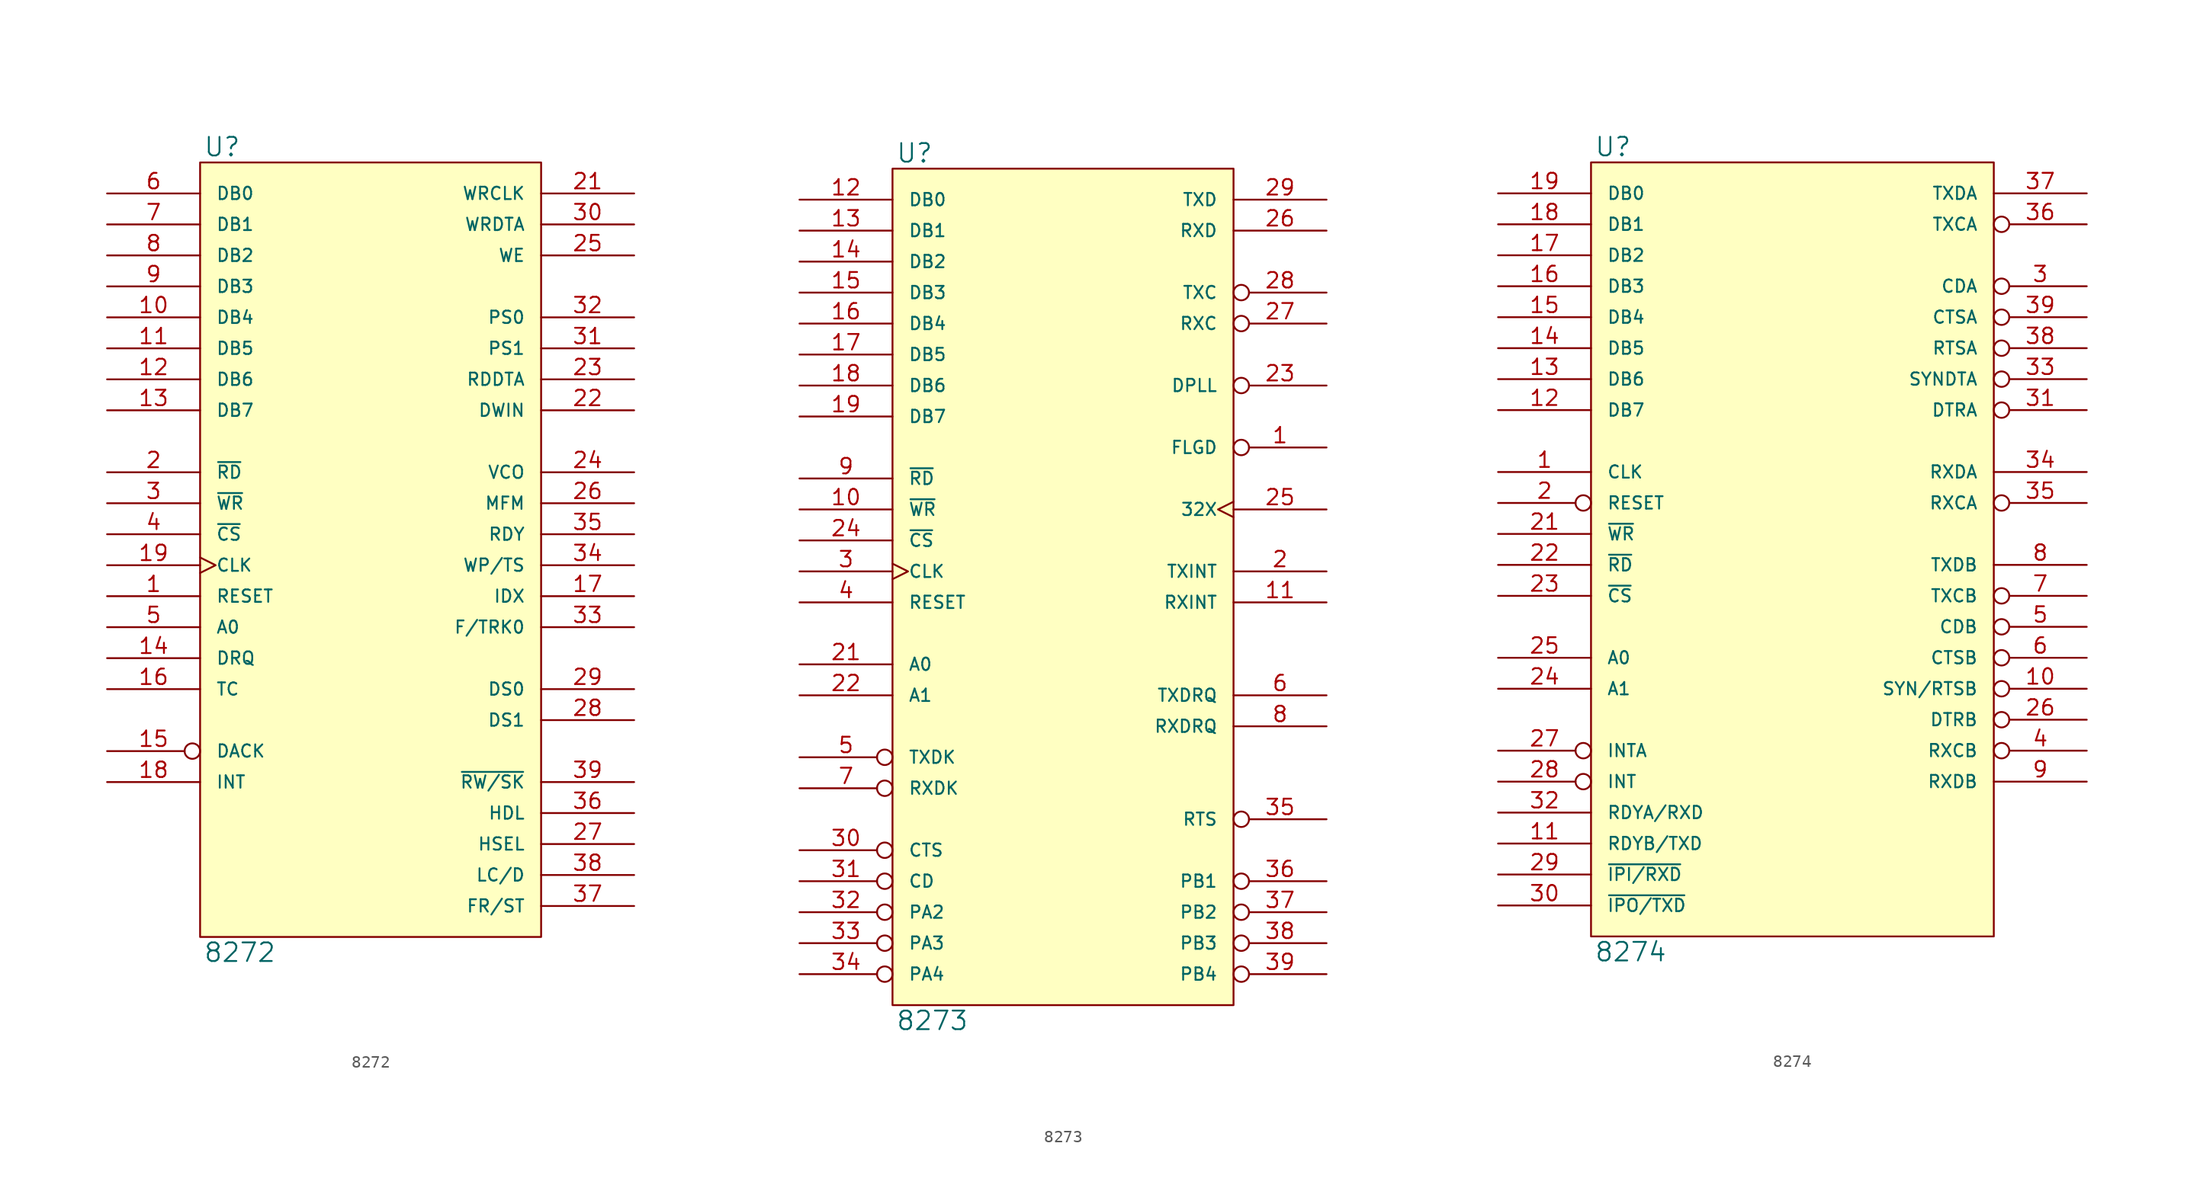
<source format=kicad_sym>
(kicad_symbol_lib
  (version 20231120)
  (generator "kicad_symbol_editor")
  (generator_version "8.0")
  (symbol "8272"
    (pin_names
      (offset 1.27))
    (property "Reference" "U"
      (at 0.254 0.381 0)
      (effects (font (size 1.524 1.524)) (justify left bottom)))
    (property "Value" "8272"
      (at 0.254 -63.881 0)
      (effects (font (size 1.524 1.524)) (justify left top)))
    (symbol "8272_0_1"
      (rectangle (start 0 0) (end 27.94 -63.5) (stroke (width 0) (type solid)) (fill (type background))))
    (symbol "8272_1_1"
      (pin input line (at -7.62 -35.56 0) (length 7.62) (name "RESET" (effects (font (size 1.016 1.016)))) (number "1" (effects (font (size 1.27 1.27)))))
      (pin bidirectional line (at -7.62 -12.7 0) (length 7.62) (name "DB4" (effects (font (size 1.016 1.016)))) (number "10" (effects (font (size 1.27 1.27)))))
      (pin bidirectional line (at -7.62 -15.24 0) (length 7.62) (name "DB5" (effects (font (size 1.016 1.016)))) (number "11" (effects (font (size 1.27 1.27)))))
      (pin bidirectional line (at -7.62 -17.78 0) (length 7.62) (name "DB6" (effects (font (size 1.016 1.016)))) (number "12" (effects (font (size 1.27 1.27)))))
      (pin bidirectional line (at -7.62 -20.32 0) (length 7.62) (name "DB7" (effects (font (size 1.016 1.016)))) (number "13" (effects (font (size 1.27 1.27)))))
      (pin output line (at -7.62 -40.64 0) (length 7.62) (name "DRQ" (effects (font (size 1.016 1.016)))) (number "14" (effects (font (size 1.27 1.27)))))
      (pin input inverted (at -7.62 -48.26 0) (length 7.62) (name "DACK" (effects (font (size 1.016 1.016)))) (number "15" (effects (font (size 1.27 1.27)))))
      (pin input line (at -7.62 -43.18 0) (length 7.62) (name "TC" (effects (font (size 1.016 1.016)))) (number "16" (effects (font (size 1.27 1.27)))))
      (pin input line (at 35.56 -35.56 180) (length 7.62) (name "IDX" (effects (font (size 1.016 1.016)))) (number "17" (effects (font (size 1.27 1.27)))))
      (pin output line (at -7.62 -50.8 0) (length 7.62) (name "INT" (effects (font (size 1.016 1.016)))) (number "18" (effects (font (size 1.27 1.27)))))
      (pin input clock (at -7.62 -33.02 0) (length 7.62) (name "CLK" (effects (font (size 1.016 1.016)))) (number "19" (effects (font (size 1.27 1.27)))))
      (pin input line (at -7.62 -25.4 0) (length 7.62) (name "~{RD}" (effects (font (size 1.016 1.016)))) (number "2" (effects (font (size 1.27 1.27)))))
      (pin power_in line (at 0 -63.5 90) (length 0) hide (name "GND" (effects (font (size 1.016 1.016)))) (number "20" (effects (font (size 1.27 1.27)))))
      (pin input line (at 35.56 -2.54 180) (length 7.62) (name "WRCLK" (effects (font (size 1.016 1.016)))) (number "21" (effects (font (size 1.27 1.27)))))
      (pin input line (at 35.56 -20.32 180) (length 7.62) (name "DWIN" (effects (font (size 1.016 1.016)))) (number "22" (effects (font (size 1.27 1.27)))))
      (pin input line (at 35.56 -17.78 180) (length 7.62) (name "RDDTA" (effects (font (size 1.016 1.016)))) (number "23" (effects (font (size 1.27 1.27)))))
      (pin output line (at 35.56 -25.4 180) (length 7.62) (name "VCO" (effects (font (size 1.016 1.016)))) (number "24" (effects (font (size 1.27 1.27)))))
      (pin output line (at 35.56 -7.62 180) (length 7.62) (name "WE" (effects (font (size 1.016 1.016)))) (number "25" (effects (font (size 1.27 1.27)))))
      (pin output line (at 35.56 -27.94 180) (length 7.62) (name "MFM" (effects (font (size 1.016 1.016)))) (number "26" (effects (font (size 1.27 1.27)))))
      (pin output line (at 35.56 -55.88 180) (length 7.62) (name "HSEL" (effects (font (size 1.016 1.016)))) (number "27" (effects (font (size 1.27 1.27)))))
      (pin output line (at 35.56 -45.72 180) (length 7.62) (name "DS1" (effects (font (size 1.016 1.016)))) (number "28" (effects (font (size 1.27 1.27)))))
      (pin output line (at 35.56 -43.18 180) (length 7.62) (name "DS0" (effects (font (size 1.016 1.016)))) (number "29" (effects (font (size 1.27 1.27)))))
      (pin input line (at -7.62 -27.94 0) (length 7.62) (name "~{WR}" (effects (font (size 1.016 1.016)))) (number "3" (effects (font (size 1.27 1.27)))))
      (pin output line (at 35.56 -5.08 180) (length 7.62) (name "WRDTA" (effects (font (size 1.016 1.016)))) (number "30" (effects (font (size 1.27 1.27)))))
      (pin output line (at 35.56 -15.24 180) (length 7.62) (name "PS1" (effects (font (size 1.016 1.016)))) (number "31" (effects (font (size 1.27 1.27)))))
      (pin output line (at 35.56 -12.7 180) (length 7.62) (name "PS0" (effects (font (size 1.016 1.016)))) (number "32" (effects (font (size 1.27 1.27)))))
      (pin input line (at 35.56 -38.1 180) (length 7.62) (name "F/TRK0" (effects (font (size 1.016 1.016)))) (number "33" (effects (font (size 1.27 1.27)))))
      (pin input line (at 35.56 -33.02 180) (length 7.62) (name "WP/TS" (effects (font (size 1.016 1.016)))) (number "34" (effects (font (size 1.27 1.27)))))
      (pin input line (at 35.56 -30.48 180) (length 7.62) (name "RDY" (effects (font (size 1.016 1.016)))) (number "35" (effects (font (size 1.27 1.27)))))
      (pin output line (at 35.56 -53.34 180) (length 7.62) (name "HDL" (effects (font (size 1.016 1.016)))) (number "36" (effects (font (size 1.27 1.27)))))
      (pin output line (at 35.56 -60.96 180) (length 7.62) (name "FR/ST" (effects (font (size 1.016 1.016)))) (number "37" (effects (font (size 1.27 1.27)))))
      (pin output line (at 35.56 -58.42 180) (length 7.62) (name "LC/D" (effects (font (size 1.016 1.016)))) (number "38" (effects (font (size 1.27 1.27)))))
      (pin output line (at 35.56 -50.8 180) (length 7.62) (name "~{RW/SK}" (effects (font (size 1.016 1.016)))) (number "39" (effects (font (size 1.27 1.27)))))
      (pin input line (at -7.62 -30.48 0) (length 7.62) (name "~{CS}" (effects (font (size 1.016 1.016)))) (number "4" (effects (font (size 1.27 1.27)))))
      (pin power_in line (at 0 0 270) (length 0) hide (name "VCC" (effects (font (size 1.016 1.016)))) (number "40" (effects (font (size 1.27 1.27)))))
      (pin input line (at -7.62 -38.1 0) (length 7.62) (name "A0" (effects (font (size 1.016 1.016)))) (number "5" (effects (font (size 1.27 1.27)))))
      (pin bidirectional line (at -7.62 -2.54 0) (length 7.62) (name "DB0" (effects (font (size 1.016 1.016)))) (number "6" (effects (font (size 1.27 1.27)))))
      (pin bidirectional line (at -7.62 -5.08 0) (length 7.62) (name "DB1" (effects (font (size 1.016 1.016)))) (number "7" (effects (font (size 1.27 1.27)))))
      (pin bidirectional line (at -7.62 -7.62 0) (length 7.62) (name "DB2" (effects (font (size 1.016 1.016)))) (number "8" (effects (font (size 1.27 1.27)))))
      (pin bidirectional line (at -7.62 -10.16 0) (length 7.62) (name "DB3" (effects (font (size 1.016 1.016)))) (number "9" (effects (font (size 1.27 1.27)))))))
  (symbol "8273"
    (pin_names
      (offset 1.27))
    (property "Reference" "U"
      (at 0.254 0.381 0)
      (effects (font (size 1.524 1.524)) (justify left bottom)))
    (property "Value" "8273"
      (at 0.254 -68.961 0)
      (effects (font (size 1.524 1.524)) (justify left top)))
    (symbol "8273_0_1"
      (rectangle (start 0 0) (end 27.94 -68.58) (stroke (width 0) (type solid)) (fill (type background))))
    (symbol "8273_1_1"
      (pin output inverted (at 35.56 -22.86 180) (length 7.62) (name "FLGD" (effects (font (size 1.016 1.016)))) (number "1" (effects (font (size 1.27 1.27)))))
      (pin input line (at -7.62 -27.94 0) (length 7.62) (name "~{WR}" (effects (font (size 1.016 1.016)))) (number "10" (effects (font (size 1.27 1.27)))))
      (pin output line (at 35.56 -35.56 180) (length 7.62) (name "RXINT" (effects (font (size 1.016 1.016)))) (number "11" (effects (font (size 1.27 1.27)))))
      (pin bidirectional line (at -7.62 -2.54 0) (length 7.62) (name "DB0" (effects (font (size 1.016 1.016)))) (number "12" (effects (font (size 1.27 1.27)))))
      (pin bidirectional line (at -7.62 -5.08 0) (length 7.62) (name "DB1" (effects (font (size 1.016 1.016)))) (number "13" (effects (font (size 1.27 1.27)))))
      (pin bidirectional line (at -7.62 -7.62 0) (length 7.62) (name "DB2" (effects (font (size 1.016 1.016)))) (number "14" (effects (font (size 1.27 1.27)))))
      (pin bidirectional line (at -7.62 -10.16 0) (length 7.62) (name "DB3" (effects (font (size 1.016 1.016)))) (number "15" (effects (font (size 1.27 1.27)))))
      (pin bidirectional line (at -7.62 -12.7 0) (length 7.62) (name "DB4" (effects (font (size 1.016 1.016)))) (number "16" (effects (font (size 1.27 1.27)))))
      (pin bidirectional line (at -7.62 -15.24 0) (length 7.62) (name "DB5" (effects (font (size 1.016 1.016)))) (number "17" (effects (font (size 1.27 1.27)))))
      (pin bidirectional line (at -7.62 -17.78 0) (length 7.62) (name "DB6" (effects (font (size 1.016 1.016)))) (number "18" (effects (font (size 1.27 1.27)))))
      (pin bidirectional line (at -7.62 -20.32 0) (length 7.62) (name "DB7" (effects (font (size 1.016 1.016)))) (number "19" (effects (font (size 1.27 1.27)))))
      (pin output line (at 35.56 -33.02 180) (length 7.62) (name "TXINT" (effects (font (size 1.016 1.016)))) (number "2" (effects (font (size 1.27 1.27)))))
      (pin power_in line (at 0 -68.58 90) (length 0) hide (name "GND" (effects (font (size 1.016 1.016)))) (number "20" (effects (font (size 1.27 1.27)))))
      (pin input line (at -7.62 -40.64 0) (length 7.62) (name "A0" (effects (font (size 1.016 1.016)))) (number "21" (effects (font (size 1.27 1.27)))))
      (pin input line (at -7.62 -43.18 0) (length 7.62) (name "A1" (effects (font (size 1.016 1.016)))) (number "22" (effects (font (size 1.27 1.27)))))
      (pin output inverted (at 35.56 -17.78 180) (length 7.62) (name "DPLL" (effects (font (size 1.016 1.016)))) (number "23" (effects (font (size 1.27 1.27)))))
      (pin input line (at -7.62 -30.48 0) (length 7.62) (name "~{CS}" (effects (font (size 1.016 1.016)))) (number "24" (effects (font (size 1.27 1.27)))))
      (pin input clock (at 35.56 -27.94 180) (length 7.62) (name "32X" (effects (font (size 1.016 1.016)))) (number "25" (effects (font (size 1.27 1.27)))))
      (pin input line (at 35.56 -5.08 180) (length 7.62) (name "RXD" (effects (font (size 1.016 1.016)))) (number "26" (effects (font (size 1.27 1.27)))))
      (pin input inverted (at 35.56 -12.7 180) (length 7.62) (name "RXC" (effects (font (size 1.016 1.016)))) (number "27" (effects (font (size 1.27 1.27)))))
      (pin input inverted (at 35.56 -10.16 180) (length 7.62) (name "TXC" (effects (font (size 1.016 1.016)))) (number "28" (effects (font (size 1.27 1.27)))))
      (pin output line (at 35.56 -2.54 180) (length 7.62) (name "TXD" (effects (font (size 1.016 1.016)))) (number "29" (effects (font (size 1.27 1.27)))))
      (pin input clock (at -7.62 -33.02 0) (length 7.62) (name "CLK" (effects (font (size 1.016 1.016)))) (number "3" (effects (font (size 1.27 1.27)))))
      (pin input inverted (at -7.62 -55.88 0) (length 7.62) (name "CTS" (effects (font (size 1.016 1.016)))) (number "30" (effects (font (size 1.27 1.27)))))
      (pin input inverted (at -7.62 -58.42 0) (length 7.62) (name "CD" (effects (font (size 1.016 1.016)))) (number "31" (effects (font (size 1.27 1.27)))))
      (pin input inverted (at -7.62 -60.96 0) (length 7.62) (name "PA2" (effects (font (size 1.016 1.016)))) (number "32" (effects (font (size 1.27 1.27)))))
      (pin input inverted (at -7.62 -63.5 0) (length 7.62) (name "PA3" (effects (font (size 1.016 1.016)))) (number "33" (effects (font (size 1.27 1.27)))))
      (pin input inverted (at -7.62 -66.04 0) (length 7.62) (name "PA4" (effects (font (size 1.016 1.016)))) (number "34" (effects (font (size 1.27 1.27)))))
      (pin output inverted (at 35.56 -53.34 180) (length 7.62) (name "RTS" (effects (font (size 1.016 1.016)))) (number "35" (effects (font (size 1.27 1.27)))))
      (pin output inverted (at 35.56 -58.42 180) (length 7.62) (name "PB1" (effects (font (size 1.016 1.016)))) (number "36" (effects (font (size 1.27 1.27)))))
      (pin output inverted (at 35.56 -60.96 180) (length 7.62) (name "PB2" (effects (font (size 1.016 1.016)))) (number "37" (effects (font (size 1.27 1.27)))))
      (pin output inverted (at 35.56 -63.5 180) (length 7.62) (name "PB3" (effects (font (size 1.016 1.016)))) (number "38" (effects (font (size 1.27 1.27)))))
      (pin output inverted (at 35.56 -66.04 180) (length 7.62) (name "PB4" (effects (font (size 1.016 1.016)))) (number "39" (effects (font (size 1.27 1.27)))))
      (pin input line (at -7.62 -35.56 0) (length 7.62) (name "RESET" (effects (font (size 1.016 1.016)))) (number "4" (effects (font (size 1.27 1.27)))))
      (pin power_in line (at 0 0 270) (length 0) hide (name "VCC" (effects (font (size 1.016 1.016)))) (number "40" (effects (font (size 1.27 1.27)))))
      (pin input inverted (at -7.62 -48.26 0) (length 7.62) (name "TXDK" (effects (font (size 1.016 1.016)))) (number "5" (effects (font (size 1.27 1.27)))))
      (pin output line (at 35.56 -43.18 180) (length 7.62) (name "TXDRQ" (effects (font (size 1.016 1.016)))) (number "6" (effects (font (size 1.27 1.27)))))
      (pin input inverted (at -7.62 -50.8 0) (length 7.62) (name "RXDK" (effects (font (size 1.016 1.016)))) (number "7" (effects (font (size 1.27 1.27)))))
      (pin output line (at 35.56 -45.72 180) (length 7.62) (name "RXDRQ" (effects (font (size 1.016 1.016)))) (number "8" (effects (font (size 1.27 1.27)))))
      (pin input line (at -7.62 -25.4 0) (length 7.62) (name "~{RD}" (effects (font (size 1.016 1.016)))) (number "9" (effects (font (size 1.27 1.27)))))))
  (symbol "8274"
    (pin_names
      (offset 1.27))
    (property "Reference" "U"
      (at 0.254 0.381 0)
      (effects (font (size 1.524 1.524)) (justify left bottom)))
    (property "Value" "8274"
      (at 0.254 -63.881 0)
      (effects (font (size 1.524 1.524)) (justify left top)))
    (symbol "8274_0_1"
      (rectangle (start 0 0) (end 33.02 -63.5) (stroke (width 0) (type solid)) (fill (type background))))
    (symbol "8274_1_1"
      (pin input line (at -7.62 -25.4 0) (length 7.62) (name "CLK" (effects (font (size 1.016 1.016)))) (number "1" (effects (font (size 1.27 1.27)))))
      (pin output inverted (at 40.64 -43.18 180) (length 7.62) (name "SYN/RTSB" (effects (font (size 1.016 1.016)))) (number "10" (effects (font (size 1.27 1.27)))))
      (pin output line (at -7.62 -55.88 0) (length 7.62) (name "RDYB/TXD" (effects (font (size 1.016 1.016)))) (number "11" (effects (font (size 1.27 1.27)))))
      (pin bidirectional line (at -7.62 -20.32 0) (length 7.62) (name "DB7" (effects (font (size 1.016 1.016)))) (number "12" (effects (font (size 1.27 1.27)))))
      (pin bidirectional line (at -7.62 -17.78 0) (length 7.62) (name "DB6" (effects (font (size 1.016 1.016)))) (number "13" (effects (font (size 1.27 1.27)))))
      (pin bidirectional line (at -7.62 -15.24 0) (length 7.62) (name "DB5" (effects (font (size 1.016 1.016)))) (number "14" (effects (font (size 1.27 1.27)))))
      (pin bidirectional line (at -7.62 -12.7 0) (length 7.62) (name "DB4" (effects (font (size 1.016 1.016)))) (number "15" (effects (font (size 1.27 1.27)))))
      (pin bidirectional line (at -7.62 -10.16 0) (length 7.62) (name "DB3" (effects (font (size 1.016 1.016)))) (number "16" (effects (font (size 1.27 1.27)))))
      (pin bidirectional line (at -7.62 -7.62 0) (length 7.62) (name "DB2" (effects (font (size 1.016 1.016)))) (number "17" (effects (font (size 1.27 1.27)))))
      (pin bidirectional line (at -7.62 -5.08 0) (length 7.62) (name "DB1" (effects (font (size 1.016 1.016)))) (number "18" (effects (font (size 1.27 1.27)))))
      (pin bidirectional line (at -7.62 -2.54 0) (length 7.62) (name "DB0" (effects (font (size 1.016 1.016)))) (number "19" (effects (font (size 1.27 1.27)))))
      (pin input inverted (at -7.62 -27.94 0) (length 7.62) (name "RESET" (effects (font (size 1.016 1.016)))) (number "2" (effects (font (size 1.27 1.27)))))
      (pin power_in line (at 0 -63.5 90) (length 0) hide (name "GND" (effects (font (size 1.016 1.016)))) (number "20" (effects (font (size 1.27 1.27)))))
      (pin input line (at -7.62 -30.48 0) (length 7.62) (name "~{WR}" (effects (font (size 1.016 1.016)))) (number "21" (effects (font (size 1.27 1.27)))))
      (pin input line (at -7.62 -33.02 0) (length 7.62) (name "~{RD}" (effects (font (size 1.016 1.016)))) (number "22" (effects (font (size 1.27 1.27)))))
      (pin input line (at -7.62 -35.56 0) (length 7.62) (name "~{CS}" (effects (font (size 1.016 1.016)))) (number "23" (effects (font (size 1.27 1.27)))))
      (pin input line (at -7.62 -43.18 0) (length 7.62) (name "A1" (effects (font (size 1.016 1.016)))) (number "24" (effects (font (size 1.27 1.27)))))
      (pin input line (at -7.62 -40.64 0) (length 7.62) (name "A0" (effects (font (size 1.016 1.016)))) (number "25" (effects (font (size 1.27 1.27)))))
      (pin output inverted (at 40.64 -45.72 180) (length 7.62) (name "DTRB" (effects (font (size 1.016 1.016)))) (number "26" (effects (font (size 1.27 1.27)))))
      (pin input inverted (at -7.62 -48.26 0) (length 7.62) (name "INTA" (effects (font (size 1.016 1.016)))) (number "27" (effects (font (size 1.27 1.27)))))
      (pin output inverted (at -7.62 -50.8 0) (length 7.62) (name "INT" (effects (font (size 1.016 1.016)))) (number "28" (effects (font (size 1.27 1.27)))))
      (pin bidirectional line (at -7.62 -58.42 0) (length 7.62) (name "~{IPI/RXD}" (effects (font (size 1.016 1.016)))) (number "29" (effects (font (size 1.27 1.27)))))
      (pin input inverted (at 40.64 -10.16 180) (length 7.62) (name "CDA" (effects (font (size 1.016 1.016)))) (number "3" (effects (font (size 1.27 1.27)))))
      (pin output line (at -7.62 -60.96 0) (length 7.62) (name "~{IPO/TXD}" (effects (font (size 1.016 1.016)))) (number "30" (effects (font (size 1.27 1.27)))))
      (pin output inverted (at 40.64 -20.32 180) (length 7.62) (name "DTRA" (effects (font (size 1.016 1.016)))) (number "31" (effects (font (size 1.27 1.27)))))
      (pin output line (at -7.62 -53.34 0) (length 7.62) (name "RDYA/RXD" (effects (font (size 1.016 1.016)))) (number "32" (effects (font (size 1.27 1.27)))))
      (pin bidirectional inverted (at 40.64 -17.78 180) (length 7.62) (name "SYNDTA" (effects (font (size 1.016 1.016)))) (number "33" (effects (font (size 1.27 1.27)))))
      (pin input line (at 40.64 -25.4 180) (length 7.62) (name "RXDA" (effects (font (size 1.016 1.016)))) (number "34" (effects (font (size 1.27 1.27)))))
      (pin input inverted (at 40.64 -27.94 180) (length 7.62) (name "RXCA" (effects (font (size 1.016 1.016)))) (number "35" (effects (font (size 1.27 1.27)))))
      (pin input inverted (at 40.64 -5.08 180) (length 7.62) (name "TXCA" (effects (font (size 1.016 1.016)))) (number "36" (effects (font (size 1.27 1.27)))))
      (pin output line (at 40.64 -2.54 180) (length 7.62) (name "TXDA" (effects (font (size 1.016 1.016)))) (number "37" (effects (font (size 1.27 1.27)))))
      (pin output inverted (at 40.64 -15.24 180) (length 7.62) (name "RTSA" (effects (font (size 1.016 1.016)))) (number "38" (effects (font (size 1.27 1.27)))))
      (pin input inverted (at 40.64 -12.7 180) (length 7.62) (name "CTSA" (effects (font (size 1.016 1.016)))) (number "39" (effects (font (size 1.27 1.27)))))
      (pin input inverted (at 40.64 -48.26 180) (length 7.62) (name "RXCB" (effects (font (size 1.016 1.016)))) (number "4" (effects (font (size 1.27 1.27)))))
      (pin power_in line (at 0 0 270) (length 0) hide (name "VCC" (effects (font (size 1.016 1.016)))) (number "40" (effects (font (size 1.27 1.27)))))
      (pin input inverted (at 40.64 -38.1 180) (length 7.62) (name "CDB" (effects (font (size 1.016 1.016)))) (number "5" (effects (font (size 1.27 1.27)))))
      (pin input inverted (at 40.64 -40.64 180) (length 7.62) (name "CTSB" (effects (font (size 1.016 1.016)))) (number "6" (effects (font (size 1.27 1.27)))))
      (pin input inverted (at 40.64 -35.56 180) (length 7.62) (name "TXCB" (effects (font (size 1.016 1.016)))) (number "7" (effects (font (size 1.27 1.27)))))
      (pin output line (at 40.64 -33.02 180) (length 7.62) (name "TXDB" (effects (font (size 1.016 1.016)))) (number "8" (effects (font (size 1.27 1.27)))))
      (pin input line (at 40.64 -50.8 180) (length 7.62) (name "RXDB" (effects (font (size 1.016 1.016)))) (number "9" (effects (font (size 1.27 1.27))))))))
</source>
